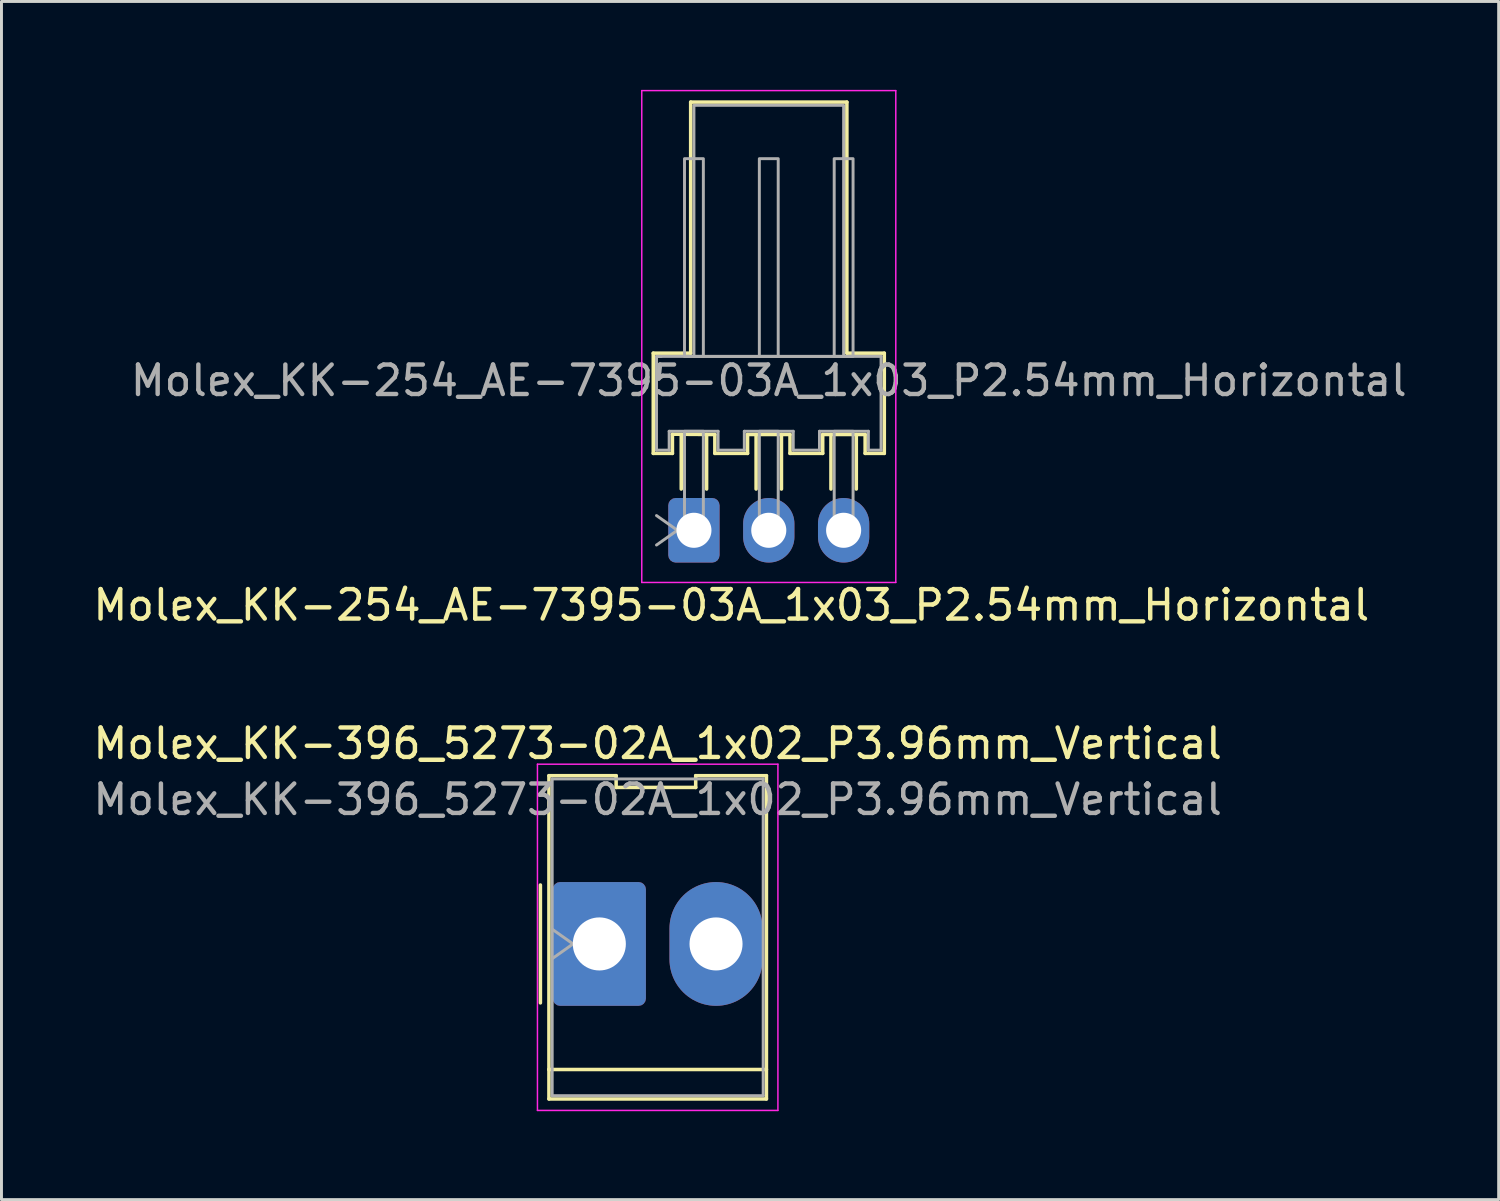
<source format=kicad_pcb>
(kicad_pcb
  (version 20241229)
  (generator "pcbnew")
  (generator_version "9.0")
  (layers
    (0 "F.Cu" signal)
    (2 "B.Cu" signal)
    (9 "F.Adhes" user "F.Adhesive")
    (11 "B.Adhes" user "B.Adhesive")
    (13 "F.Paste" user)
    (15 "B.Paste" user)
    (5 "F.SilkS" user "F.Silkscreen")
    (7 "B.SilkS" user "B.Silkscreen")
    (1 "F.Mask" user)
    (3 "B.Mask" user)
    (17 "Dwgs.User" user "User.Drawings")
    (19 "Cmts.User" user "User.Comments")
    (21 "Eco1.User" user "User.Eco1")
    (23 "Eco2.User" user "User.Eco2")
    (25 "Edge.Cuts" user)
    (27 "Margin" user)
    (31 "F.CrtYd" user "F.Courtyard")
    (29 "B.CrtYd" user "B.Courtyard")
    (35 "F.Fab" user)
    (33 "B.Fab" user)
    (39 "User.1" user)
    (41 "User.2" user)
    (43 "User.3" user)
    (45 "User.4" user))
  (footprint "Molex_KK-254_AE-7395-03A_1x03_P2.54mm_Horizontal"
    (layer "F.Cu")
    (at 20.498 14.945)
    (property "Reference" "Molex_KK-254_AE-7395-03A_1x03_P2.54mm_Horizontal" (at 1.27 2.54 0) (layer "F.SilkS") (effects (font (size 1 1) (thickness 0.15))))
    (attr through_hole)
    (fp_line (start -1.38 -6.01) (end -0.11 -6.01) (stroke (width 0.12) (type default)) (layer "F.SilkS"))
    (fp_line (start -1.38 -2.61) (end -1.38 -6.01) (stroke (width 0.12) (type default)) (layer "F.SilkS"))
    (fp_line (start -1.38 -2.61) (end -0.73 -2.61) (stroke (width 0.12) (type default)) (layer "F.SilkS"))
    (fp_line (start -0.73 -3.26) (end 0.71 -3.25) (stroke (width 0.12) (type default)) (layer "F.SilkS"))
    (fp_line (start -0.73 -2.61) (end -0.73 -3.26) (stroke (width 0.12) (type default)) (layer "F.SilkS"))
    (fp_line (start -0.43 -1.4) (end -0.43 -3.25) (stroke (width 0.12) (type default)) (layer "F.SilkS"))
    (fp_line (start -0.11 -6.01) (end -0.11 -14.53) (stroke (width 0.12) (type default)) (layer "F.SilkS"))
    (fp_line (start 0.43 -1.4) (end 0.43 -3.25) (stroke (width 0.12) (type default)) (layer "F.SilkS"))
    (fp_line (start 0.71 -3.25) (end 0.71 -2.61) (stroke (width 0.12) (type default)) (layer "F.SilkS"))
    (fp_line (start 0.71 -2.61) (end 1.82 -2.61) (stroke (width 0.12) (type default)) (layer "F.SilkS"))
    (fp_line (start 1.82 -3.25) (end 3.26 -3.25) (stroke (width 0.12) (type default)) (layer "F.SilkS"))
    (fp_line (start 1.82 -2.61) (end 1.82 -3.25) (stroke (width 0.12) (type default)) (layer "F.SilkS"))
    (fp_line (start 2.11 -1.4) (end 2.11 -3.25) (stroke (width 0.12) (type default)) (layer "F.SilkS"))
    (fp_line (start 2.97 -1.4) (end 2.97 -3.25) (stroke (width 0.12) (type default)) (layer "F.SilkS"))
    (fp_line (start 3.26 -3.25) (end 3.26 -2.61) (stroke (width 0.12) (type default)) (layer "F.SilkS"))
    (fp_line (start 3.26 -2.61) (end 4.37 -2.61) (stroke (width 0.12) (type default)) (layer "F.SilkS"))
    (fp_line (start 4.37 -3.25) (end 4.65 -3.25) (stroke (width 0.12) (type default)) (layer "F.SilkS"))
    (fp_line (start 4.37 -2.61) (end 4.37 -3.25) (stroke (width 0.12) (type default)) (layer "F.SilkS"))
    (fp_line (start 4.65 -3.25) (end 5.81 -3.25) (stroke (width 0.12) (type default)) (layer "F.SilkS"))
    (fp_line (start 4.65 -1.4) (end 4.65 -3.25) (stroke (width 0.12) (type default)) (layer "F.SilkS"))
    (fp_line (start 5.19 -14.53) (end -0.11 -14.53) (stroke (width 0.12) (type default)) (layer "F.SilkS"))
    (fp_line (start 5.19 -14.53) (end 5.19 -6.01) (stroke (width 0.12) (type default)) (layer "F.SilkS"))
    (fp_line (start 5.19 -6.01) (end 6.46 -6.01) (stroke (width 0.12) (type default)) (layer "F.SilkS"))
    (fp_line (start 5.51 -1.4) (end 5.51 -3.25) (stroke (width 0.12) (type default)) (layer "F.SilkS"))
    (fp_line (start 5.81 -3.25) (end 5.81 -2.61) (stroke (width 0.12) (type default)) (layer "F.SilkS"))
    (fp_line (start 5.81 -2.61) (end 6.46 -2.61) (stroke (width 0.12) (type default)) (layer "F.SilkS"))
    (fp_line (start 6.46 -6.01) (end 6.46 -2.61) (stroke (width 0.12) (type default)) (layer "F.SilkS"))
    (fp_line (start -1.77 -14.92) (end -1.77 1.77) (stroke (width 0.05) (type solid)) (layer "F.CrtYd"))
    (fp_line (start -1.77 1.77) (end 6.85 1.77) (stroke (width 0.05) (type solid)) (layer "F.CrtYd"))
    (fp_line (start 6.85 -14.92) (end -1.77 -14.92) (stroke (width 0.05) (type solid)) (layer "F.CrtYd"))
    (fp_line (start 6.85 1.77) (end 6.85 -14.92) (stroke (width 0.05) (type solid)) (layer "F.CrtYd"))
    (fp_line (start -1.27 -5.9) (end -1.27 -2.72) (stroke (width 0.1) (type default)) (layer "F.Fab"))
    (fp_line (start -1.27 -5.9) (end 6.35 -5.9) (stroke (width 0.1) (type default)) (layer "F.Fab"))
    (fp_line (start -1.27 -2.72) (end -0.84 -2.72) (stroke (width 0.1) (type default)) (layer "F.Fab"))
    (fp_line (start -1.27 -0.5) (end -0.563 0) (stroke (width 0.1) (type solid)) (layer "F.Fab"))
    (fp_line (start -1.26 -5.9) (end -1.11 -5.9) (stroke (width 0.1) (type default)) (layer "F.Fab"))
    (fp_line (start -0.84 -3.36) (end 0.82 -3.36) (stroke (width 0.1) (type default)) (layer "F.Fab"))
    (fp_line (start -0.84 -2.72) (end -0.84 -3.36) (stroke (width 0.1) (type default)) (layer "F.Fab"))
    (fp_line (start -0.563 0) (end -1.27 0.5) (stroke (width 0.1) (type solid)) (layer "F.Fab"))
    (fp_line (start 0.82 -3.36) (end 0.82 -2.72) (stroke (width 0.1) (type default)) (layer "F.Fab"))
    (fp_line (start 0.82 -2.72) (end 1.71 -2.72) (stroke (width 0.1) (type default)) (layer "F.Fab"))
    (fp_line (start 1.71 -3.36) (end 3.37 -3.36) (stroke (width 0.1) (type default)) (layer "F.Fab"))
    (fp_line (start 1.71 -2.72) (end 1.71 -3.36) (stroke (width 0.1) (type default)) (layer "F.Fab"))
    (fp_line (start 3.37 -3.36) (end 3.37 -2.72) (stroke (width 0.1) (type default)) (layer "F.Fab"))
    (fp_line (start 3.37 -2.72) (end 4.26 -2.72) (stroke (width 0.1) (type default)) (layer "F.Fab"))
    (fp_line (start 4.26 -3.36) (end 5.92 -3.36) (stroke (width 0.1) (type default)) (layer "F.Fab"))
    (fp_line (start 4.26 -2.72) (end 4.26 -3.36) (stroke (width 0.1) (type default)) (layer "F.Fab"))
    (fp_line (start 5.92 -3.36) (end 5.92 -2.72) (stroke (width 0.1) (type default)) (layer "F.Fab"))
    (fp_line (start 5.92 -2.72) (end 6.35 -2.72) (stroke (width 0.1) (type default)) (layer "F.Fab"))
    (fp_line (start 6.35 -5.9) (end 6.35 -2.72) (stroke (width 0.1) (type default)) (layer "F.Fab"))
    (fp_rect (start -0.32 -12.61) (end 0.32 -5.9) (stroke (width 0.1) (type default)) (fill no) (layer "F.Fab"))
    (fp_rect (start -0.32 -3.36) (end 0.32 0.32) (stroke (width 0.1) (type default)) (fill no) (layer "F.Fab"))
    (fp_rect (start 0 -14.42) (end 5.08 -5.9) (stroke (width 0.1) (type default)) (fill no) (layer "F.Fab"))
    (fp_rect (start 2.22 -12.61) (end 2.86 -5.9) (stroke (width 0.1) (type default)) (fill no) (layer "F.Fab"))
    (fp_rect (start 2.22 -3.36) (end 2.86 0.32) (stroke (width 0.1) (type default)) (fill no) (layer "F.Fab"))
    (fp_rect (start 4.76 -12.61) (end 5.4 -5.9) (stroke (width 0.1) (type default)) (fill no) (layer "F.Fab"))
    (fp_rect (start 4.76 -3.36) (end 5.4 0.32) (stroke (width 0.1) (type default)) (fill no) (layer "F.Fab"))
    (fp_text user "${REFERENCE}" (at 2.54 -5.08 0) (layer "F.Fab") (effects (font (size 1 1) (thickness 0.15))))
    (pad "1" thru_hole roundrect (at 0 0) (size 1.74 2.19) (drill 1.19) (layers "*.Cu" "*.Mask") (roundrect_rratio 0.144))
    (pad "2" thru_hole oval (at 2.54 0) (size 1.74 2.19) (drill 1.19) (layers "*.Cu" "*.Mask"))
    (pad "3" thru_hole oval (at 5.08 0) (size 1.74 2.19) (drill 1.19) (layers "*.Cu" "*.Mask")))
  (footprint "Molex_KK-396_5273-02A_1x02_P3.96mm_Vertical"
    (layer "F.Cu")
    (at 17.288 28.982)
    (property "Reference" "Molex_KK-396_5273-02A_1x02_P3.96mm_Vertical" (at 1.98 -6.8 0) (layer "F.SilkS") (effects (font (size 1 1) (thickness 0.15))))
    (attr through_hole)
    (fp_line (start -2 -2) (end -2 2) (stroke (width 0.12) (type solid)) (layer "F.SilkS"))
    (fp_line (start -1.71 -5.71) (end 0.57 -5.71) (stroke (width 0.12) (type solid)) (layer "F.SilkS"))
    (fp_line (start -1.71 4.26) (end -1.71 -5.71) (stroke (width 0.12) (type solid)) (layer "F.SilkS"))
    (fp_line (start -1.71 4.26) (end 5.67 4.26) (stroke (width 0.12) (type solid)) (layer "F.SilkS"))
    (fp_line (start -1.71 5.26) (end -1.71 4.26) (stroke (width 0.12) (type solid)) (layer "F.SilkS"))
    (fp_line (start 0.57 -5.71) (end 0.57 -5.31) (stroke (width 0.12) (type solid)) (layer "F.SilkS"))
    (fp_line (start 0.57 -5.31) (end 3.27 -5.31) (stroke (width 0.12) (type solid)) (layer "F.SilkS"))
    (fp_line (start 3.27 -5.71) (end 5.67 -5.71) (stroke (width 0.12) (type solid)) (layer "F.SilkS"))
    (fp_line (start 3.27 -5.31) (end 3.27 -5.71) (stroke (width 0.12) (type solid)) (layer "F.SilkS"))
    (fp_line (start 5.67 -5.71) (end 5.67 5.26) (stroke (width 0.12) (type solid)) (layer "F.SilkS"))
    (fp_line (start 5.67 5.26) (end -1.71 5.26) (stroke (width 0.12) (type solid)) (layer "F.SilkS"))
    (fp_line (start -2.1 -6.1) (end -2.1 5.65) (stroke (width 0.05) (type solid)) (layer "F.CrtYd"))
    (fp_line (start -2.1 5.65) (end 6.06 5.65) (stroke (width 0.05) (type solid)) (layer "F.CrtYd"))
    (fp_line (start 6.06 -6.1) (end -2.1 -6.1) (stroke (width 0.05) (type solid)) (layer "F.CrtYd"))
    (fp_line (start 6.06 5.65) (end 6.06 -6.1) (stroke (width 0.05) (type solid)) (layer "F.CrtYd"))
    (fp_line (start -1.6 -5.6) (end 5.56 -5.6) (stroke (width 0.1) (type solid)) (layer "F.Fab"))
    (fp_line (start -1.6 -0.5) (end -0.893 0) (stroke (width 0.1) (type solid)) (layer "F.Fab"))
    (fp_line (start -1.6 5.15) (end -1.6 -5.6) (stroke (width 0.1) (type solid)) (layer "F.Fab"))
    (fp_line (start -0.893 0) (end -1.6 0.5) (stroke (width 0.1) (type solid)) (layer "F.Fab"))
    (fp_line (start 5.56 -5.6) (end 5.56 5.15) (stroke (width 0.1) (type solid)) (layer "F.Fab"))
    (fp_line (start 5.56 5.15) (end -1.6 5.15) (stroke (width 0.1) (type solid)) (layer "F.Fab"))
    (fp_text user "${REFERENCE}" (at 1.98 -4.9 0) (layer "F.Fab") (effects (font (size 1 1) (thickness 0.15))))
    (pad "1" thru_hole roundrect (at 0 0) (size 3.16 4.2) (drill 1.8) (layers "*.Cu" "*.Mask") (roundrect_rratio 0.079))
    (pad "2" thru_hole oval (at 3.96 0) (size 3.16 4.2) (drill 1.8) (layers "*.Cu" "*.Mask")))
  (gr_rect
    (start -3 -3)
    (end 47.806 37.657)
    (stroke (width 0.1) (type default))
    (fill no)
    (layer "Edge.Cuts")))
</source>
